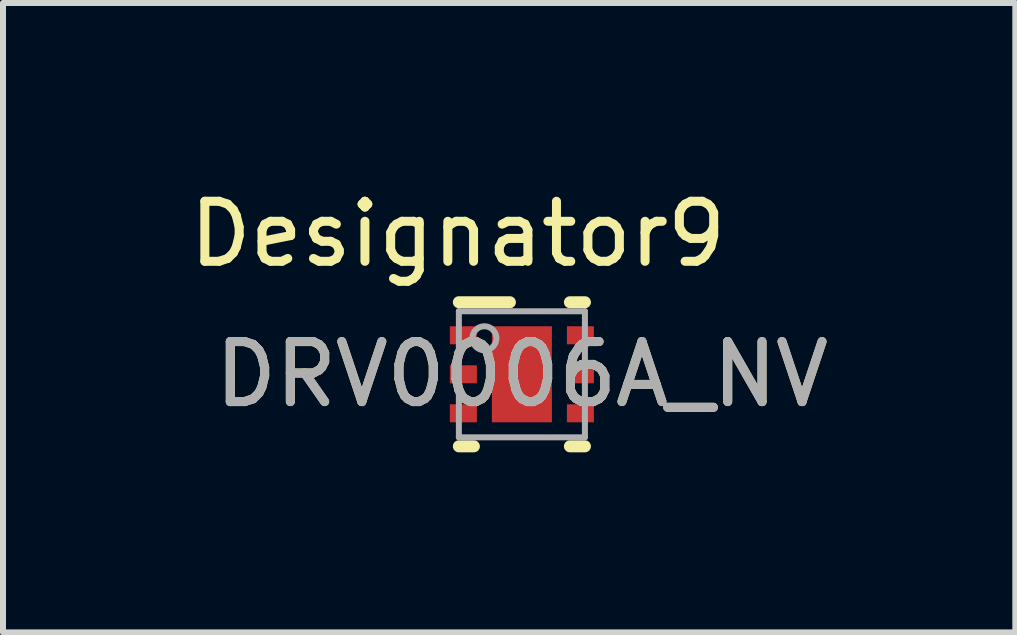
<source format=kicad_pcb>
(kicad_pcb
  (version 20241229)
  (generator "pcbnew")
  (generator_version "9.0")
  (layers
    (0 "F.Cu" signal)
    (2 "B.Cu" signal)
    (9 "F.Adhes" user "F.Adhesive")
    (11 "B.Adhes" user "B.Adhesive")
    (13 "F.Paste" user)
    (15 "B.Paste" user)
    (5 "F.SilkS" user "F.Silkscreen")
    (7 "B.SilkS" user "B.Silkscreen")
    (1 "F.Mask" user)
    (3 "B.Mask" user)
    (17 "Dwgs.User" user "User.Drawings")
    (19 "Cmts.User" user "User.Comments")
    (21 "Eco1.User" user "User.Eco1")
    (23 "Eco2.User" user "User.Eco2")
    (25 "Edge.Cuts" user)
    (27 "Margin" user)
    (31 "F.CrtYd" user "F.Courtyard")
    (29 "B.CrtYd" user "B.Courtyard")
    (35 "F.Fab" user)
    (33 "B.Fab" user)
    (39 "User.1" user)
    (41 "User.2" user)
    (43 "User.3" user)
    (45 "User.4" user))
  (footprint "DRV0006A_NV"
    (layer "F.Cu")
    (at 5.644 3.185)
    (property "Reference" "DRV0006A_NV" (at 0 0 0) (unlocked yes) (layer "F.SilkS") (effects (font (size 1 1) (thickness 0.15))))
    (attr smd)
    (fp_line (start -1.05 -1.2) (end -0.2 -1.2) (stroke (width 0.2) (type solid)) (layer "F.SilkS"))
    (fp_line (start -1.05 1.2) (end -0.8 1.2) (stroke (width 0.2) (type solid)) (layer "F.SilkS"))
    (fp_line (start 0.8 -1.2) (end 1.05 -1.2) (stroke (width 0.2) (type solid)) (layer "F.SilkS"))
    (fp_line (start 0.8 1.2) (end 1.05 1.2) (stroke (width 0.2) (type solid)) (layer "F.SilkS"))
    (fp_poly (pts (xy -0.5 -0.149) (xy -0.5 -0.751) (xy -0.499 -0.761) (xy -0.496 -0.77) (xy -0.492 -0.778) (xy -0.486 -0.786) (xy -0.478 -0.792) (xy -0.47 -0.796) (xy -0.461 -0.799) (xy -0.451 -0.8) (xy 0.451 -0.8) (xy 0.461 -0.799) (xy 0.47 -0.796) (xy 0.478 -0.792) (xy 0.486 -0.786) (xy 0.492 -0.778) (xy 0.496 -0.77) (xy 0.499 -0.761) (xy 0.5 -0.751) (xy 0.5 -0.149) (xy 0.499 -0.139) (xy 0.496 -0.13) (xy 0.492 -0.122) (xy 0.486 -0.114) (xy 0.478 -0.108) (xy 0.47 -0.104) (xy 0.461 -0.101) (xy 0.451 -0.1) (xy -0.451 -0.1) (xy -0.461 -0.101) (xy -0.47 -0.104) (xy -0.478 -0.108) (xy -0.486 -0.114) (xy -0.492 -0.122) (xy -0.496 -0.13) (xy -0.499 -0.139)) (stroke (width 0) (type solid)) (fill yes) (layer "F.Paste"))
    (fp_poly (pts (xy -0.5 0.751) (xy -0.5 0.149) (xy -0.499 0.139) (xy -0.496 0.13) (xy -0.492 0.122) (xy -0.486 0.114) (xy -0.478 0.108) (xy -0.47 0.104) (xy -0.461 0.101) (xy -0.451 0.1) (xy 0.451 0.1) (xy 0.461 0.101) (xy 0.47 0.104) (xy 0.478 0.108) (xy 0.486 0.114) (xy 0.492 0.122) (xy 0.496 0.13) (xy 0.499 0.139) (xy 0.5 0.149) (xy 0.5 0.751) (xy 0.499 0.761) (xy 0.496 0.77) (xy 0.492 0.778) (xy 0.486 0.786) (xy 0.478 0.792) (xy 0.47 0.796) (xy 0.461 0.799) (xy 0.451 0.8) (xy -0.451 0.8) (xy -0.461 0.799) (xy -0.47 0.796) (xy -0.478 0.792) (xy -0.486 0.786) (xy -0.492 0.778) (xy -0.496 0.77) (xy -0.499 0.761)) (stroke (width 0) (type solid)) (fill yes) (layer "F.Paste"))
    (fp_line (start -1.05 -1.05) (end 1.05 -1.05) (stroke (width 0.1) (type solid)) (layer "F.Fab"))
    (fp_line (start -1.05 1.05) (end -1.05 -1.05) (stroke (width 0.1) (type solid)) (layer "F.Fab"))
    (fp_line (start -1.05 1.05) (end 1.05 1.05) (stroke (width 0.1) (type solid)) (layer "F.Fab"))
    (fp_line (start 1.05 1.05) (end 1.05 -1.05) (stroke (width 0.1) (type solid)) (layer "F.Fab"))
    (fp_circle (center -0.625 -0.6) (end -0.425 -0.6) (stroke (width 0.1) (type solid)) (fill no) (layer "F.Fab"))
    (fp_text user "Designator9" (at -1.067 -2.337 0) (unlocked yes) (layer "F.SilkS") (effects (font (size 1 1) (thickness 0.15))))
    (fp_text user "${REFERENCE}" (at 0 0 0) (unlocked yes) (layer "F.Fab") (effects (font (size 1 1) (thickness 0.15))))
    (pad "1" smd rect (at -0.975 -0.65 90) (size 0.3 0.45) (layers "F.Cu" "F.Mask" "F.Paste"))
    (pad "2" smd rect (at -0.975 0 90) (size 0.3 0.45) (layers "F.Cu" "F.Mask" "F.Paste"))
    (pad "3" smd rect (at -0.975 0.65 90) (size 0.3 0.45) (layers "F.Cu" "F.Mask" "F.Paste"))
    (pad "4" smd rect (at 0.975 0.65 90) (size 0.3 0.45) (layers "F.Cu" "F.Mask" "F.Paste"))
    (pad "5" smd rect (at 0.975 0 90) (size 0.3 0.45) (layers "F.Cu" "F.Mask" "F.Paste"))
    (pad "6" smd rect (at 0.975 -0.65 90) (size 0.3 0.45) (layers "F.Cu" "F.Mask" "F.Paste"))
    (pad "7" smd rect (at 0 0) (size 1 1.6) (layers "F.Cu" "F.Mask" "F.Paste")))
  (gr_rect
    (start -3 -3)
    (end 13.864 7.485)
    (stroke (width 0.1) (type default))
    (fill no)
    (layer "Edge.Cuts")))
</source>
